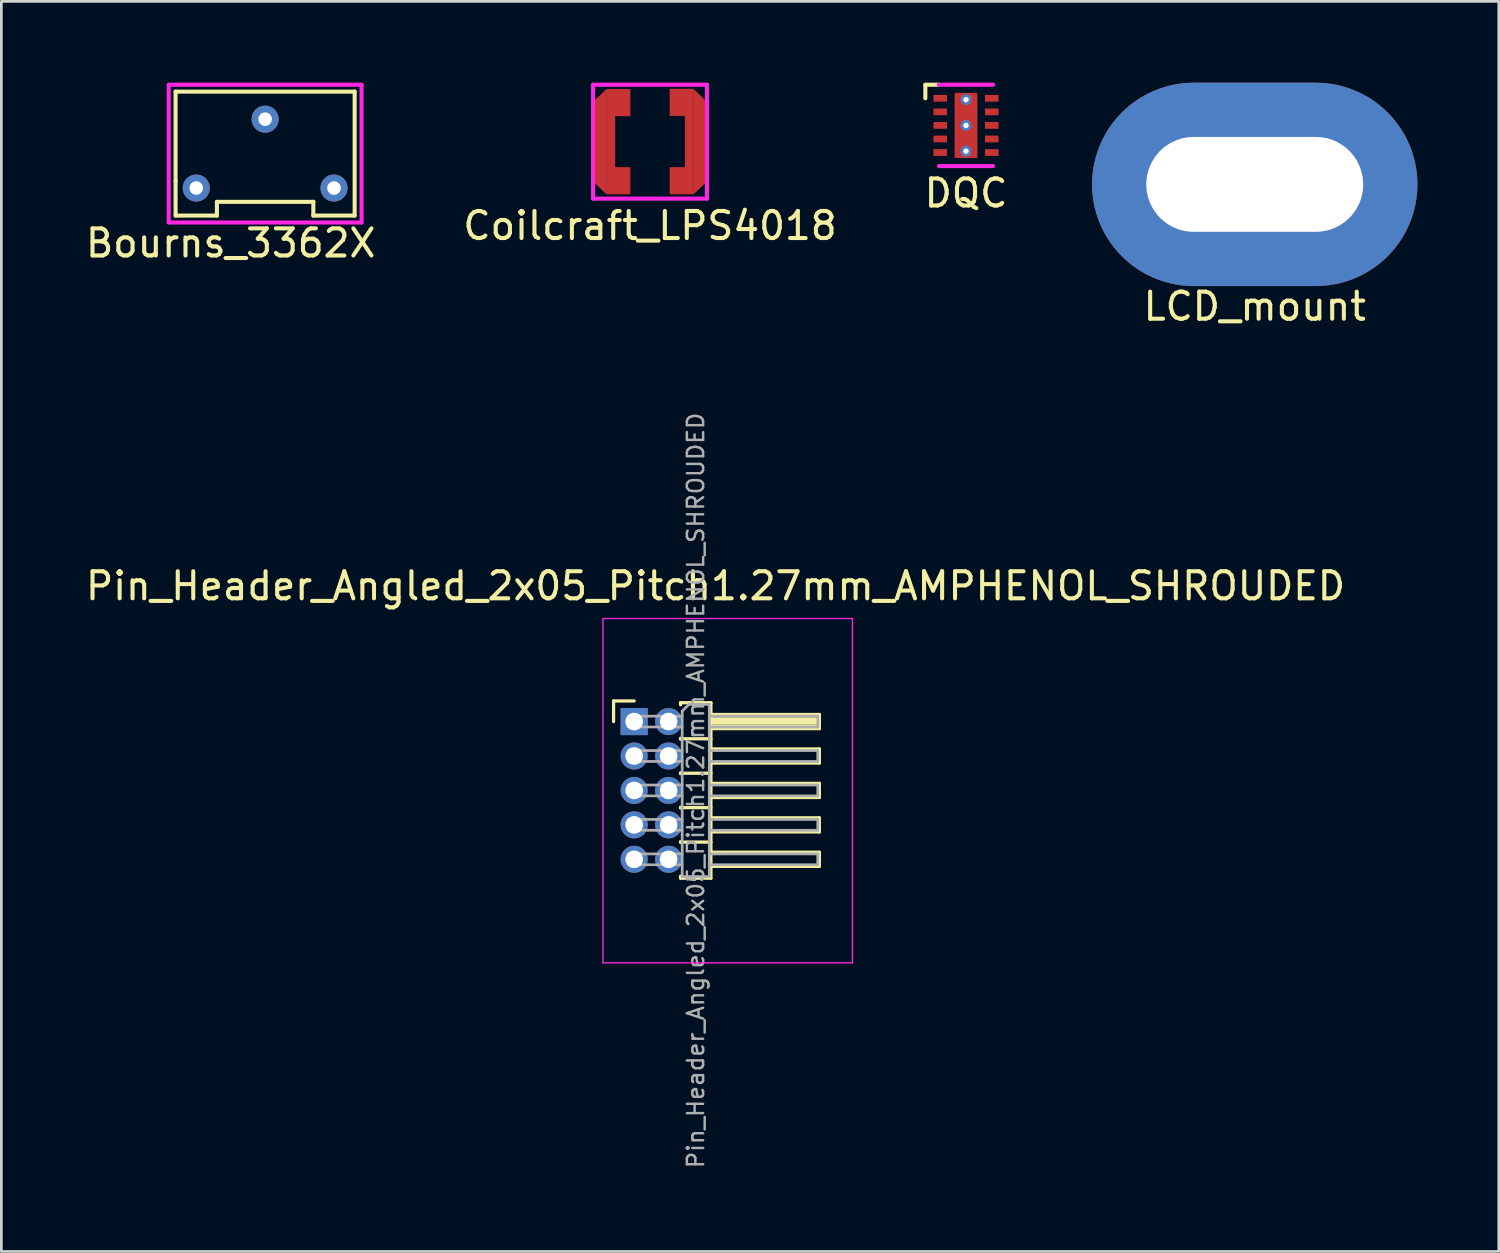
<source format=kicad_pcb>
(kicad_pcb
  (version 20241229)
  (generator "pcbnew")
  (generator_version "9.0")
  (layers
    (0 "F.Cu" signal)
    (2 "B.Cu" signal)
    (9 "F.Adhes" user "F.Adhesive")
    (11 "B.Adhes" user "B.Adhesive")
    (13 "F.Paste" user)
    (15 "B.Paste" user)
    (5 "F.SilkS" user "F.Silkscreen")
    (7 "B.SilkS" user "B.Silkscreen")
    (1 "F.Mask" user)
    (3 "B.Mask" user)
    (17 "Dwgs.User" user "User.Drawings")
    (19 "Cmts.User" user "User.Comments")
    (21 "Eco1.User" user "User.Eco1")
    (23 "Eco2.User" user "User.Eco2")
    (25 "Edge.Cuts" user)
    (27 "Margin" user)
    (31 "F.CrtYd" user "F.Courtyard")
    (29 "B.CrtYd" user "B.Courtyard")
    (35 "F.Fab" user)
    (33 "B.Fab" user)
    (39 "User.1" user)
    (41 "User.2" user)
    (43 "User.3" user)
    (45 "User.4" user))
  (footprint "DQC"
    (layer "F.Cu")
    (at 32.577 1.575)
    (property "Reference" "DQC" (at 0 2.5 0) (layer "F.SilkS") (effects (font (size 1 1) (thickness 0.15))))
    (attr through_hole)
    (fp_line (start -1.5 -1.5) (end -1 -1.5) (stroke (width 0.15) (type solid)) (layer "F.SilkS"))
    (fp_line (start -1.5 -1) (end -1.5 -1.5) (stroke (width 0.15) (type solid)) (layer "F.SilkS"))
    (fp_line (start -1 -1.5) (end 1 -1.5) (stroke (width 0.15) (type solid)) (layer "F.CrtYd"))
    (fp_line (start -1 1.5) (end 1 1.5) (stroke (width 0.15) (type solid)) (layer "F.CrtYd"))
    (pad "1" smd rect (at -0.95 -1) (size 0.5 0.25) (layers "F.Cu" "F.Mask" "F.Paste"))
    (pad "1" thru_hole circle (at 0 -0.95) (size 0.4 0.4) (drill 0.2) (layers "*.Cu" "*.Mask"))
    (pad "1" thru_hole circle (at 0 0) (size 0.4 0.4) (drill 0.2) (layers "*.Cu" "*.Mask"))
    (pad "1" smd rect (at 0 0) (size 0.84 2.4) (layers "F.Cu" "F.Mask" "F.Paste"))
    (pad "1" thru_hole circle (at 0 0.95) (size 0.4 0.4) (drill 0.2) (layers "*.Cu" "*.Mask"))
    (pad "2" smd rect (at -0.95 -0.5 180) (size 0.5 0.25) (layers "F.Cu" "F.Mask" "F.Paste"))
    (pad "3" smd rect (at -0.95 0) (size 0.5 0.25) (layers "F.Cu" "F.Mask" "F.Paste"))
    (pad "4" smd rect (at -0.95 0.5) (size 0.5 0.25) (layers "F.Cu" "F.Mask" "F.Paste"))
    (pad "5" smd rect (at -0.95 1) (size 0.5 0.25) (layers "F.Cu" "F.Mask" "F.Paste"))
    (pad "6" smd rect (at 0.95 1) (size 0.5 0.25) (layers "F.Cu" "F.Mask" "F.Paste"))
    (pad "7" smd rect (at 0.95 0.5) (size 0.5 0.25) (layers "F.Cu" "F.Mask" "F.Paste"))
    (pad "8" smd rect (at 0.95 0) (size 0.5 0.25) (layers "F.Cu" "F.Mask" "F.Paste"))
    (pad "9" smd rect (at 0.95 -0.5) (size 0.5 0.25) (layers "F.Cu" "F.Mask" "F.Paste"))
    (pad "10" smd rect (at 0.95 -1) (size 0.5 0.25) (layers "F.Cu" "F.Mask" "F.Paste")))
  (footprint "Pin_Header_Angled_2x05_Pitch1.27mm_AMPHENOL_SHROUDED"
    (layer "F.Cu")
    (at 20.339 23.562)
    (property "Reference" "Pin_Header_Angled_2x05_Pitch1.27mm_AMPHENOL_SHROUDED" (at 3 -5 0) (layer "F.SilkS") (effects (font (size 1 1) (thickness 0.15))))
    (attr through_hole)
    (fp_line (start -0.76 -0.76) (end 0 -0.76) (stroke (width 0.12) (type solid)) (layer "F.SilkS"))
    (fp_line (start -0.76 0) (end -0.76 -0.76) (stroke (width 0.12) (type solid)) (layer "F.SilkS"))
    (fp_line (start 1.71 -0.695) (end 2.83 -0.695) (stroke (width 0.12) (type solid)) (layer "F.SilkS"))
    (fp_line (start 1.71 -0.62) (end 1.71 -0.695) (stroke (width 0.12) (type solid)) (layer "F.SilkS"))
    (fp_line (start 1.71 0.62) (end 1.71 0.65) (stroke (width 0.12) (type solid)) (layer "F.SilkS"))
    (fp_line (start 1.71 0.635) (end 2.83 0.635) (stroke (width 0.12) (type solid)) (layer "F.SilkS"))
    (fp_line (start 1.71 1.89) (end 1.71 1.92) (stroke (width 0.12) (type solid)) (layer "F.SilkS"))
    (fp_line (start 1.71 1.905) (end 2.83 1.905) (stroke (width 0.12) (type solid)) (layer "F.SilkS"))
    (fp_line (start 1.71 3.16) (end 1.71 3.19) (stroke (width 0.12) (type solid)) (layer "F.SilkS"))
    (fp_line (start 1.71 3.175) (end 2.83 3.175) (stroke (width 0.12) (type solid)) (layer "F.SilkS"))
    (fp_line (start 1.71 4.43) (end 1.71 4.46) (stroke (width 0.12) (type solid)) (layer "F.SilkS"))
    (fp_line (start 1.71 4.445) (end 2.83 4.445) (stroke (width 0.12) (type solid)) (layer "F.SilkS"))
    (fp_line (start 1.71 5.775) (end 1.71 5.7) (stroke (width 0.12) (type solid)) (layer "F.SilkS"))
    (fp_line (start 2.83 -0.695) (end 2.83 5.775) (stroke (width 0.12) (type solid)) (layer "F.SilkS"))
    (fp_line (start 2.83 -0.26) (end 6.83 -0.26) (stroke (width 0.12) (type solid)) (layer "F.SilkS"))
    (fp_line (start 2.83 -0.2) (end 6.83 -0.2) (stroke (width 0.12) (type solid)) (layer "F.SilkS"))
    (fp_line (start 2.83 -0.08) (end 6.83 -0.08) (stroke (width 0.12) (type solid)) (layer "F.SilkS"))
    (fp_line (start 2.83 0.04) (end 6.83 0.04) (stroke (width 0.12) (type solid)) (layer "F.SilkS"))
    (fp_line (start 2.83 0.16) (end 6.83 0.16) (stroke (width 0.12) (type solid)) (layer "F.SilkS"))
    (fp_line (start 2.83 1.01) (end 6.83 1.01) (stroke (width 0.12) (type solid)) (layer "F.SilkS"))
    (fp_line (start 2.83 2.28) (end 6.83 2.28) (stroke (width 0.12) (type solid)) (layer "F.SilkS"))
    (fp_line (start 2.83 3.55) (end 6.83 3.55) (stroke (width 0.12) (type solid)) (layer "F.SilkS"))
    (fp_line (start 2.83 4.82) (end 6.83 4.82) (stroke (width 0.12) (type solid)) (layer "F.SilkS"))
    (fp_line (start 2.83 5.775) (end 1.71 5.775) (stroke (width 0.12) (type solid)) (layer "F.SilkS"))
    (fp_line (start 6.83 -0.26) (end 6.83 0.26) (stroke (width 0.12) (type solid)) (layer "F.SilkS"))
    (fp_line (start 6.83 0.26) (end 2.83 0.26) (stroke (width 0.12) (type solid)) (layer "F.SilkS"))
    (fp_line (start 6.83 1.01) (end 6.83 1.53) (stroke (width 0.12) (type solid)) (layer "F.SilkS"))
    (fp_line (start 6.83 1.53) (end 2.83 1.53) (stroke (width 0.12) (type solid)) (layer "F.SilkS"))
    (fp_line (start 6.83 2.28) (end 6.83 2.8) (stroke (width 0.12) (type solid)) (layer "F.SilkS"))
    (fp_line (start 6.83 2.8) (end 2.83 2.8) (stroke (width 0.12) (type solid)) (layer "F.SilkS"))
    (fp_line (start 6.83 3.55) (end 6.83 4.07) (stroke (width 0.12) (type solid)) (layer "F.SilkS"))
    (fp_line (start 6.83 4.07) (end 2.83 4.07) (stroke (width 0.12) (type solid)) (layer "F.SilkS"))
    (fp_line (start 6.83 4.82) (end 6.83 5.34) (stroke (width 0.12) (type solid)) (layer "F.SilkS"))
    (fp_line (start 6.83 5.34) (end 2.83 5.34) (stroke (width 0.12) (type solid)) (layer "F.SilkS"))
    (fp_line (start -1.15 -3.8) (end -1.15 8.9) (stroke (width 0.05) (type solid)) (layer "F.CrtYd"))
    (fp_line (start -1.15 8.9) (end 8.05 8.9) (stroke (width 0.05) (type solid)) (layer "F.CrtYd"))
    (fp_line (start 8.05 -3.8) (end -1.15 -3.8) (stroke (width 0.05) (type solid)) (layer "F.CrtYd"))
    (fp_line (start 8.05 8.9) (end 8.05 -3.8) (stroke (width 0.05) (type solid)) (layer "F.CrtYd"))
    (fp_line (start -0.2 -0.2) (end -0.2 0.2) (stroke (width 0.1) (type solid)) (layer "F.Fab"))
    (fp_line (start -0.2 -0.2) (end 1.77 -0.2) (stroke (width 0.1) (type solid)) (layer "F.Fab"))
    (fp_line (start -0.2 0.2) (end 1.77 0.2) (stroke (width 0.1) (type solid)) (layer "F.Fab"))
    (fp_line (start -0.2 1.07) (end -0.2 1.47) (stroke (width 0.1) (type solid)) (layer "F.Fab"))
    (fp_line (start -0.2 1.07) (end 1.77 1.07) (stroke (width 0.1) (type solid)) (layer "F.Fab"))
    (fp_line (start -0.2 1.47) (end 1.77 1.47) (stroke (width 0.1) (type solid)) (layer "F.Fab"))
    (fp_line (start -0.2 2.34) (end -0.2 2.74) (stroke (width 0.1) (type solid)) (layer "F.Fab"))
    (fp_line (start -0.2 2.34) (end 1.77 2.34) (stroke (width 0.1) (type solid)) (layer "F.Fab"))
    (fp_line (start -0.2 2.74) (end 1.77 2.74) (stroke (width 0.1) (type solid)) (layer "F.Fab"))
    (fp_line (start -0.2 3.61) (end -0.2 4.01) (stroke (width 0.1) (type solid)) (layer "F.Fab"))
    (fp_line (start -0.2 3.61) (end 1.77 3.61) (stroke (width 0.1) (type solid)) (layer "F.Fab"))
    (fp_line (start -0.2 4.01) (end 1.77 4.01) (stroke (width 0.1) (type solid)) (layer "F.Fab"))
    (fp_line (start -0.2 4.88) (end -0.2 5.28) (stroke (width 0.1) (type solid)) (layer "F.Fab"))
    (fp_line (start -0.2 4.88) (end 1.77 4.88) (stroke (width 0.1) (type solid)) (layer "F.Fab"))
    (fp_line (start -0.2 5.28) (end 1.77 5.28) (stroke (width 0.1) (type solid)) (layer "F.Fab"))
    (fp_line (start 1.77 -0.385) (end 2.02 -0.635) (stroke (width 0.1) (type solid)) (layer "F.Fab"))
    (fp_line (start 1.77 5.715) (end 1.77 -0.385) (stroke (width 0.1) (type solid)) (layer "F.Fab"))
    (fp_line (start 2.02 -0.635) (end 2.77 -0.635) (stroke (width 0.1) (type solid)) (layer "F.Fab"))
    (fp_line (start 2.77 -0.635) (end 2.77 5.715) (stroke (width 0.1) (type solid)) (layer "F.Fab"))
    (fp_line (start 2.77 -0.2) (end 6.77 -0.2) (stroke (width 0.1) (type solid)) (layer "F.Fab"))
    (fp_line (start 2.77 0.2) (end 6.77 0.2) (stroke (width 0.1) (type solid)) (layer "F.Fab"))
    (fp_line (start 2.77 1.07) (end 6.77 1.07) (stroke (width 0.1) (type solid)) (layer "F.Fab"))
    (fp_line (start 2.77 1.47) (end 6.77 1.47) (stroke (width 0.1) (type solid)) (layer "F.Fab"))
    (fp_line (start 2.77 2.34) (end 6.77 2.34) (stroke (width 0.1) (type solid)) (layer "F.Fab"))
    (fp_line (start 2.77 2.74) (end 6.77 2.74) (stroke (width 0.1) (type solid)) (layer "F.Fab"))
    (fp_line (start 2.77 3.61) (end 6.77 3.61) (stroke (width 0.1) (type solid)) (layer "F.Fab"))
    (fp_line (start 2.77 4.01) (end 6.77 4.01) (stroke (width 0.1) (type solid)) (layer "F.Fab"))
    (fp_line (start 2.77 4.88) (end 6.77 4.88) (stroke (width 0.1) (type solid)) (layer "F.Fab"))
    (fp_line (start 2.77 5.28) (end 6.77 5.28) (stroke (width 0.1) (type solid)) (layer "F.Fab"))
    (fp_line (start 2.77 5.715) (end 1.77 5.715) (stroke (width 0.1) (type solid)) (layer "F.Fab"))
    (fp_line (start 6.77 -0.2) (end 6.77 0.2) (stroke (width 0.1) (type solid)) (layer "F.Fab"))
    (fp_line (start 6.77 1.07) (end 6.77 1.47) (stroke (width 0.1) (type solid)) (layer "F.Fab"))
    (fp_line (start 6.77 2.34) (end 6.77 2.74) (stroke (width 0.1) (type solid)) (layer "F.Fab"))
    (fp_line (start 6.77 3.61) (end 6.77 4.01) (stroke (width 0.1) (type solid)) (layer "F.Fab"))
    (fp_line (start 6.77 4.88) (end 6.77 5.28) (stroke (width 0.1) (type solid)) (layer "F.Fab"))
    (fp_text user "${REFERENCE}" (at 2.27 2.54 90) (layer "F.Fab") (effects (font (size 0.6 0.6) (thickness 0.09))))
    (pad "1" thru_hole rect (at 0 0) (size 1 1) (drill 0.65) (layers "*.Cu" "*.Mask"))
    (pad "2" thru_hole oval (at 1.27 0) (size 1 1) (drill 0.65) (layers "*.Cu" "*.Mask"))
    (pad "3" thru_hole oval (at 0 1.27) (size 1 1) (drill 0.65) (layers "*.Cu" "*.Mask"))
    (pad "4" thru_hole oval (at 1.27 1.27) (size 1 1) (drill 0.65) (layers "*.Cu" "*.Mask"))
    (pad "5" thru_hole oval (at 0 2.54) (size 1 1) (drill 0.65) (layers "*.Cu" "*.Mask"))
    (pad "6" thru_hole oval (at 1.27 2.54) (size 1 1) (drill 0.65) (layers "*.Cu" "*.Mask"))
    (pad "7" thru_hole oval (at 0 3.81) (size 1 1) (drill 0.65) (layers "*.Cu" "*.Mask"))
    (pad "8" thru_hole oval (at 1.27 3.81) (size 1 1) (drill 0.65) (layers "*.Cu" "*.Mask"))
    (pad "9" thru_hole oval (at 0 5.08) (size 1 1) (drill 0.65) (layers "*.Cu" "*.Mask"))
    (pad "10" thru_hole oval (at 1.27 5.08) (size 1 1) (drill 0.65) (layers "*.Cu" "*.Mask")))
  (footprint "LCD_mount"
    (layer "F.Cu")
    (at 43.226 3.75)
    (property "Reference" "LCD_mount" (at 0 4.5 0) (layer "F.SilkS") (effects (font (size 1 1) (thickness 0.15))))
    (attr through_hole)
    (pad "1" thru_hole oval (at 0 0) (size 12 7.5) (drill oval 8 3.5) (layers "*.Cu" "*.Mask")))
  (footprint "Bourns_3362X"
    (layer "F.Cu")
    (at 6.728 2.615)
    (property "Reference" "Bourns_3362X" (at -1.27 3.302 0) (layer "F.SilkS") (effects (font (size 1 1) (thickness 0.15))))
    (attr through_hole)
    (fp_line (start -3.302 -2.286) (end -3.302 1.016) (stroke (width 0.15) (type solid)) (layer "F.SilkS"))
    (fp_line (start -3.302 1.016) (end -3.302 2.286) (stroke (width 0.15) (type solid)) (layer "F.SilkS"))
    (fp_line (start -3.302 2.286) (end -1.778 2.286) (stroke (width 0.15) (type solid)) (layer "F.SilkS"))
    (fp_line (start -1.778 1.778) (end 1.778 1.778) (stroke (width 0.15) (type solid)) (layer "F.SilkS"))
    (fp_line (start -1.778 2.286) (end -1.778 1.778) (stroke (width 0.15) (type solid)) (layer "F.SilkS"))
    (fp_line (start 1.778 1.778) (end 1.778 2.286) (stroke (width 0.15) (type solid)) (layer "F.SilkS"))
    (fp_line (start 1.778 2.286) (end 3.302 2.286) (stroke (width 0.15) (type solid)) (layer "F.SilkS"))
    (fp_line (start 3.302 -2.286) (end -3.302 -2.286) (stroke (width 0.15) (type solid)) (layer "F.SilkS"))
    (fp_line (start 3.302 2.286) (end 3.302 -2.286) (stroke (width 0.15) (type solid)) (layer "F.SilkS"))
    (fp_line (start -3.556 -2.54) (end 3.556 -2.54) (stroke (width 0.15) (type solid)) (layer "F.CrtYd"))
    (fp_line (start -3.556 2.54) (end -3.556 -2.54) (stroke (width 0.15) (type solid)) (layer "F.CrtYd"))
    (fp_line (start 3.556 -2.54) (end 3.556 2.54) (stroke (width 0.15) (type solid)) (layer "F.CrtYd"))
    (fp_line (start 3.556 2.54) (end -3.556 2.54) (stroke (width 0.15) (type solid)) (layer "F.CrtYd"))
    (pad "1" thru_hole circle (at 2.54 1.27) (size 1 1) (drill 0.5) (layers "*.Cu" "*.Mask"))
    (pad "2" thru_hole circle (at 0 -1.27) (size 1 1) (drill 0.5) (layers "*.Cu" "*.Mask"))
    (pad "3" thru_hole circle (at -2.54 1.27) (size 1 1) (drill 0.5) (layers "*.Cu" "*.Mask")))
  (footprint "Coilcraft_LPS4018"
    (layer "F.Cu")
    (at 20.923 2.175)
    (property "Reference" "Coilcraft_LPS4018" (at 0 3.1 0) (layer "F.SilkS") (effects (font (size 1 1) (thickness 0.15))))
    (attr through_hole)
    (fp_line (start -2.1 -2.1) (end 2.1 -2.1) (stroke (width 0.15) (type solid)) (layer "F.CrtYd"))
    (fp_line (start -2.1 2.1) (end -2.1 -2.1) (stroke (width 0.15) (type solid)) (layer "F.CrtYd"))
    (fp_line (start 2.1 -2.1) (end 2.1 2.1) (stroke (width 0.15) (type solid)) (layer "F.CrtYd"))
    (fp_line (start 2.1 2.1) (end -2.1 2.1) (stroke (width 0.15) (type solid)) (layer "F.CrtYd"))
    (pad "1" smd trapezoid (at -1.89 0 180) (size 0.56 3.34) (rect_delta 0.55 0) (layers "F.Cu" "F.Mask" "F.Paste"))
    (pad "1" smd rect (at -1.45 0) (size 0.33 2) (layers "F.Cu" "F.Mask" "F.Paste"))
    (pad "1" smd rect (at -1.17 -1.44) (size 0.89 1) (layers "F.Cu" "F.Mask" "F.Paste"))
    (pad "1" smd rect (at -1.17 1.44) (size 0.89 1) (layers "F.Cu" "F.Mask" "F.Paste"))
    (pad "2" smd rect (at 1.17 -1.45 180) (size 0.89 1) (layers "F.Cu" "F.Mask" "F.Paste"))
    (pad "2" smd rect (at 1.17 1.44 180) (size 0.89 1) (layers "F.Cu" "F.Mask" "F.Paste"))
    (pad "2" smd rect (at 1.45 -0.02) (size 0.33 2) (layers "F.Cu" "F.Mask" "F.Paste"))
    (pad "2" smd trapezoid (at 1.89 0) (size 0.56 3.34) (rect_delta 0.55 0) (layers "F.Cu" "F.Mask" "F.Paste")))
  (gr_rect
    (start -3 -3)
    (end 52.226 43.105)
    (stroke (width 0.1) (type default))
    (fill no)
    (layer "Edge.Cuts")))
</source>
